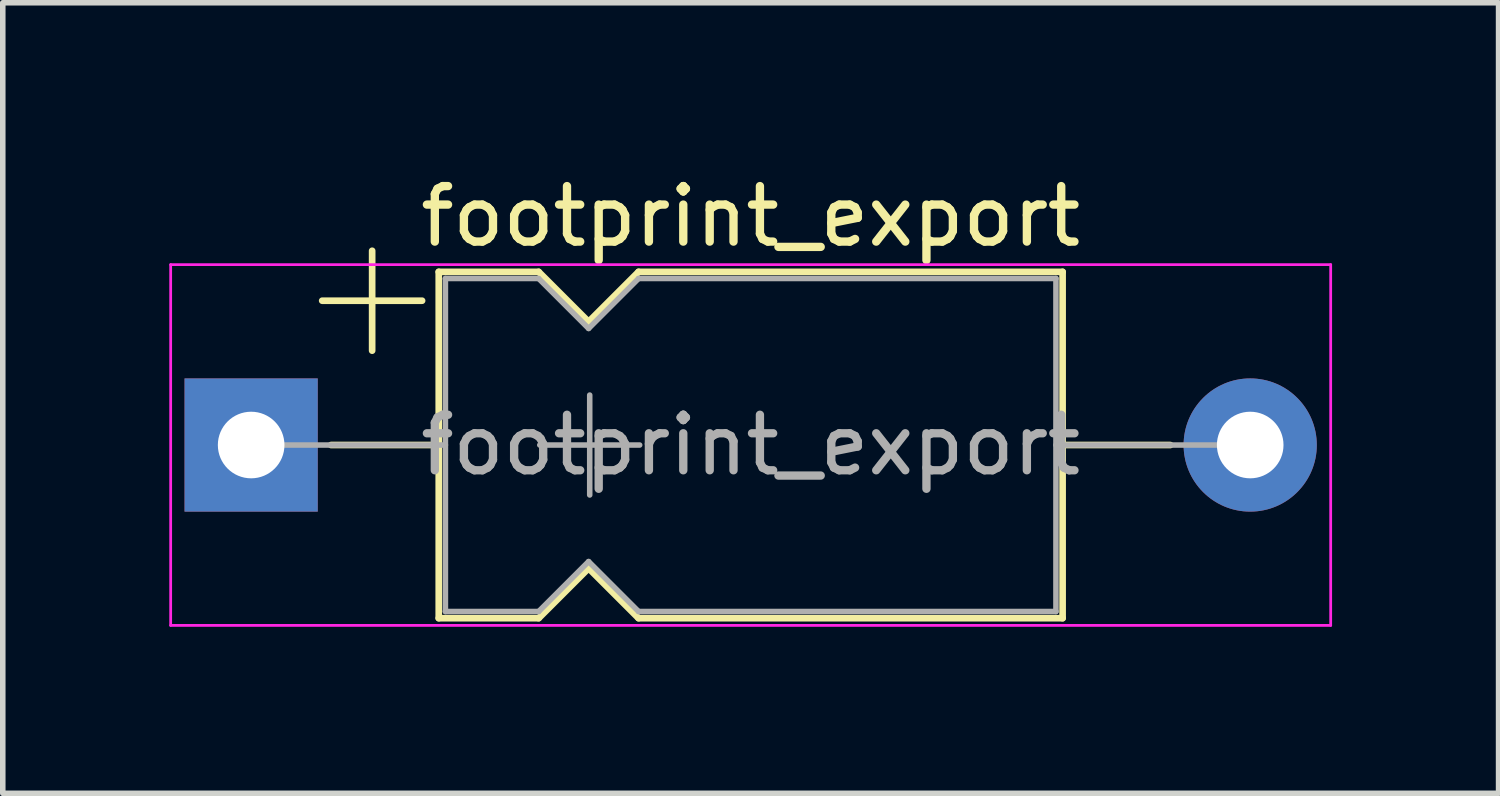
<source format=kicad_pcb>
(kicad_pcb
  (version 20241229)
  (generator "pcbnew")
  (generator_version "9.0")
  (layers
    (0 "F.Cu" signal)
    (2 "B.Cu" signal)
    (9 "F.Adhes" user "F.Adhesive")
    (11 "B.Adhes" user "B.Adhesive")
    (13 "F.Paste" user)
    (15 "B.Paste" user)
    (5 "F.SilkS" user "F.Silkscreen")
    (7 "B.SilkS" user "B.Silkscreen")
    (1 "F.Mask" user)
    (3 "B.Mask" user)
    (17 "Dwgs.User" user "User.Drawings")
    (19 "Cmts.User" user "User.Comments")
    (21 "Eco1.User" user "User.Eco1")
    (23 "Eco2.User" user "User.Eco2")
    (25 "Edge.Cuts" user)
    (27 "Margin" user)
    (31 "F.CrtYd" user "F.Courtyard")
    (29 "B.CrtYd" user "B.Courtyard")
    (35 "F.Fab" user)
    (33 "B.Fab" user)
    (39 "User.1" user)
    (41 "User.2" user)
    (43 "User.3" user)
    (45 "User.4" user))
  (footprint "footprint_export"
    (layer "F.Cu")
    (at 1.475 4.968)
    (property "Reference" "footprint_export" (at 9 -4.12 0) (layer "F.SilkS") (effects (font (size 1 1) (thickness 0.15))))
    (attr through_hole)
    (fp_line (start 1.28 -2.6) (end 3.08 -2.6) (stroke (width 0.12) (type solid)) (layer "F.SilkS"))
    (fp_line (start 1.44 0) (end 3.38 0) (stroke (width 0.12) (type solid)) (layer "F.SilkS"))
    (fp_line (start 2.18 -3.5) (end 2.18 -1.7) (stroke (width 0.12) (type solid)) (layer "F.SilkS"))
    (fp_line (start 3.38 -3.12) (end 3.38 3.12) (stroke (width 0.12) (type solid)) (layer "F.SilkS"))
    (fp_line (start 3.38 -3.12) (end 5.18 -3.12) (stroke (width 0.12) (type solid)) (layer "F.SilkS"))
    (fp_line (start 3.38 3.12) (end 5.18 3.12) (stroke (width 0.12) (type solid)) (layer "F.SilkS"))
    (fp_line (start 5.18 -3.12) (end 6.08 -2.22) (stroke (width 0.12) (type solid)) (layer "F.SilkS"))
    (fp_line (start 5.18 3.12) (end 6.08 2.22) (stroke (width 0.12) (type solid)) (layer "F.SilkS"))
    (fp_line (start 6.08 -2.22) (end 6.98 -3.12) (stroke (width 0.12) (type solid)) (layer "F.SilkS"))
    (fp_line (start 6.08 2.22) (end 6.98 3.12) (stroke (width 0.12) (type solid)) (layer "F.SilkS"))
    (fp_line (start 6.98 -3.12) (end 14.62 -3.12) (stroke (width 0.12) (type solid)) (layer "F.SilkS"))
    (fp_line (start 6.98 3.12) (end 14.62 3.12) (stroke (width 0.12) (type solid)) (layer "F.SilkS"))
    (fp_line (start 14.62 -3.12) (end 14.62 3.12) (stroke (width 0.12) (type solid)) (layer "F.SilkS"))
    (fp_line (start 16.56 0) (end 14.62 0) (stroke (width 0.12) (type solid)) (layer "F.SilkS"))
    (fp_line (start -1.45 -3.25) (end -1.45 3.25) (stroke (width 0.05) (type solid)) (layer "F.CrtYd"))
    (fp_line (start -1.45 3.25) (end 19.45 3.25) (stroke (width 0.05) (type solid)) (layer "F.CrtYd"))
    (fp_line (start 19.45 -3.25) (end -1.45 -3.25) (stroke (width 0.05) (type solid)) (layer "F.CrtYd"))
    (fp_line (start 19.45 3.25) (end 19.45 -3.25) (stroke (width 0.05) (type solid)) (layer "F.CrtYd"))
    (fp_line (start 0 0) (end 3.5 0) (stroke (width 0.1) (type solid)) (layer "F.Fab"))
    (fp_line (start 3.5 -3) (end 3.5 3) (stroke (width 0.1) (type solid)) (layer "F.Fab"))
    (fp_line (start 3.5 -3) (end 5.18 -3) (stroke (width 0.1) (type solid)) (layer "F.Fab"))
    (fp_line (start 3.5 3) (end 5.18 3) (stroke (width 0.1) (type solid)) (layer "F.Fab"))
    (fp_line (start 5.18 -3) (end 6.08 -2.1) (stroke (width 0.1) (type solid)) (layer "F.Fab"))
    (fp_line (start 5.18 3) (end 6.08 2.1) (stroke (width 0.1) (type solid)) (layer "F.Fab"))
    (fp_line (start 5.2 0) (end 7 0) (stroke (width 0.1) (type solid)) (layer "F.Fab"))
    (fp_line (start 6.08 -2.1) (end 6.98 -3) (stroke (width 0.1) (type solid)) (layer "F.Fab"))
    (fp_line (start 6.08 2.1) (end 6.98 3) (stroke (width 0.1) (type solid)) (layer "F.Fab"))
    (fp_line (start 6.1 -0.9) (end 6.1 0.9) (stroke (width 0.1) (type solid)) (layer "F.Fab"))
    (fp_line (start 6.98 -3) (end 14.5 -3) (stroke (width 0.1) (type solid)) (layer "F.Fab"))
    (fp_line (start 6.98 3) (end 14.5 3) (stroke (width 0.1) (type solid)) (layer "F.Fab"))
    (fp_line (start 14.5 -3) (end 14.5 3) (stroke (width 0.1) (type solid)) (layer "F.Fab"))
    (fp_line (start 18 0) (end 14.5 0) (stroke (width 0.1) (type solid)) (layer "F.Fab"))
    (fp_text user "${REFERENCE}" (at 9 0 0) (layer "F.Fab") (effects (font (size 1 1) (thickness 0.15))))
    (pad "1" thru_hole rect (at 0 0) (size 2.4 2.4) (drill 1.2) (layers "*.Cu" "*.Mask"))
    (pad "2" thru_hole oval (at 18 0) (size 2.4 2.4) (drill 1.2) (layers "*.Cu" "*.Mask")))
  (gr_rect
    (start -3 -3)
    (end 23.95 11.243)
    (stroke (width 0.1) (type default))
    (fill no)
    (layer "Edge.Cuts")))
</source>
